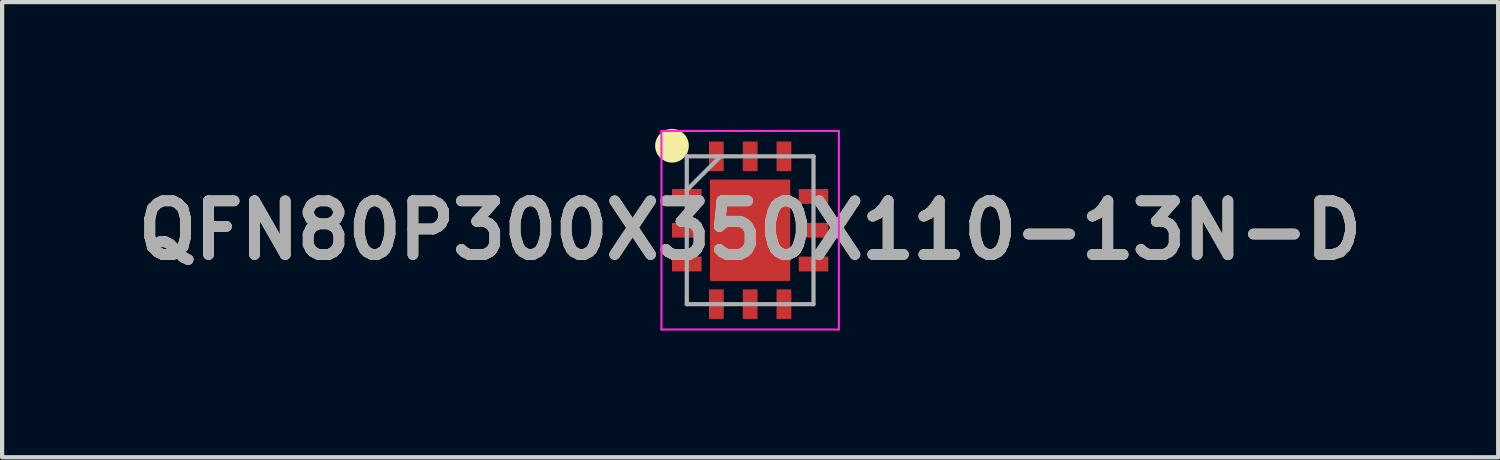
<source format=kicad_pcb>
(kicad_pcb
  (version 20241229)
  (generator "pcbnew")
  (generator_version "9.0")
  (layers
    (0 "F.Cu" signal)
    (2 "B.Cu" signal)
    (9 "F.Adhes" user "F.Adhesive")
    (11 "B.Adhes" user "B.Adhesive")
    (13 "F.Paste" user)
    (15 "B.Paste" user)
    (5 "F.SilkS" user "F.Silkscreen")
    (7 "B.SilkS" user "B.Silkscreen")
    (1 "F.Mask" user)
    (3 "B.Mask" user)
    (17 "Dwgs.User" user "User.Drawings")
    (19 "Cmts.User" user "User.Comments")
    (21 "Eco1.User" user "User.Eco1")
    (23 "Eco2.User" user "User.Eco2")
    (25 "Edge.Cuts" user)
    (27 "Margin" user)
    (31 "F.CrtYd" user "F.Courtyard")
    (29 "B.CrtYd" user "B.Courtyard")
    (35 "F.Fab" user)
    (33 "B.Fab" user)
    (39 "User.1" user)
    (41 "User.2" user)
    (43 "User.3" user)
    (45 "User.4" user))
  (footprint "QFN80P300X350X110-13N-D"
    (layer "F.Cu")
    (at 14.708 2.4)
    (property "Reference" "QFN80P300X350X110-13N-D" (at 0 0 0) (layer "F.SilkS") (effects (font (size 1.27 1.27) (thickness 0.254))))
    (attr smd)
    (fp_circle (center -1.85 -2) (end -1.85 -1.8) (stroke (width 0.4) (type solid)) (fill no) (layer "F.SilkS"))
    (fp_line (start -2.1 -2.35) (end 2.1 -2.35) (stroke (width 0.05) (type solid)) (layer "F.CrtYd"))
    (fp_line (start -2.1 2.35) (end -2.1 -2.35) (stroke (width 0.05) (type solid)) (layer "F.CrtYd"))
    (fp_line (start 2.1 -2.35) (end 2.1 2.35) (stroke (width 0.05) (type solid)) (layer "F.CrtYd"))
    (fp_line (start 2.1 2.35) (end -2.1 2.35) (stroke (width 0.05) (type solid)) (layer "F.CrtYd"))
    (fp_line (start -1.5 -1.75) (end 1.5 -1.75) (stroke (width 0.1) (type solid)) (layer "F.Fab"))
    (fp_line (start -1.5 -0.95) (end -0.7 -1.75) (stroke (width 0.1) (type solid)) (layer "F.Fab"))
    (fp_line (start -1.5 1.75) (end -1.5 -1.75) (stroke (width 0.1) (type solid)) (layer "F.Fab"))
    (fp_line (start 1.5 -1.75) (end 1.5 1.75) (stroke (width 0.1) (type solid)) (layer "F.Fab"))
    (fp_line (start 1.5 1.75) (end -1.5 1.75) (stroke (width 0.1) (type solid)) (layer "F.Fab"))
    (fp_text user "${REFERENCE}" (at 0 0 0) (layer "F.Fab") (effects (font (size 1.27 1.27) (thickness 0.254))))
    (pad "1" smd rect (at -1.5 -0.8 90) (size 0.35 0.7) (layers "F.Cu" "F.Mask" "F.Paste"))
    (pad "2" smd rect (at -1.5 0 90) (size 0.35 0.7) (layers "F.Cu" "F.Mask" "F.Paste"))
    (pad "3" smd rect (at -1.5 0.8 90) (size 0.35 0.7) (layers "F.Cu" "F.Mask" "F.Paste"))
    (pad "4" smd rect (at -0.8 1.75) (size 0.35 0.7) (layers "F.Cu" "F.Mask" "F.Paste"))
    (pad "5" smd rect (at 0 1.75) (size 0.35 0.7) (layers "F.Cu" "F.Mask" "F.Paste"))
    (pad "6" smd rect (at 0.8 1.75) (size 0.35 0.7) (layers "F.Cu" "F.Mask" "F.Paste"))
    (pad "7" smd rect (at 1.5 0.8 90) (size 0.35 0.7) (layers "F.Cu" "F.Mask" "F.Paste"))
    (pad "8" smd rect (at 1.5 0 90) (size 0.35 0.7) (layers "F.Cu" "F.Mask" "F.Paste"))
    (pad "9" smd rect (at 1.5 -0.8 90) (size 0.35 0.7) (layers "F.Cu" "F.Mask" "F.Paste"))
    (pad "10" smd rect (at 0.8 -1.75) (size 0.35 0.7) (layers "F.Cu" "F.Mask" "F.Paste"))
    (pad "11" smd rect (at 0 -1.75) (size 0.35 0.7) (layers "F.Cu" "F.Mask" "F.Paste"))
    (pad "12" smd rect (at -0.8 -1.75) (size 0.35 0.7) (layers "F.Cu" "F.Mask" "F.Paste"))
    (pad "13" smd rect (at 0 0) (size 1.9 2.4) (layers "F.Cu" "F.Mask" "F.Paste")))
  (gr_rect
    (start -3 -3)
    (end 32.416 7.775)
    (stroke (width 0.1) (type default))
    (fill no)
    (layer "Edge.Cuts")))
</source>
